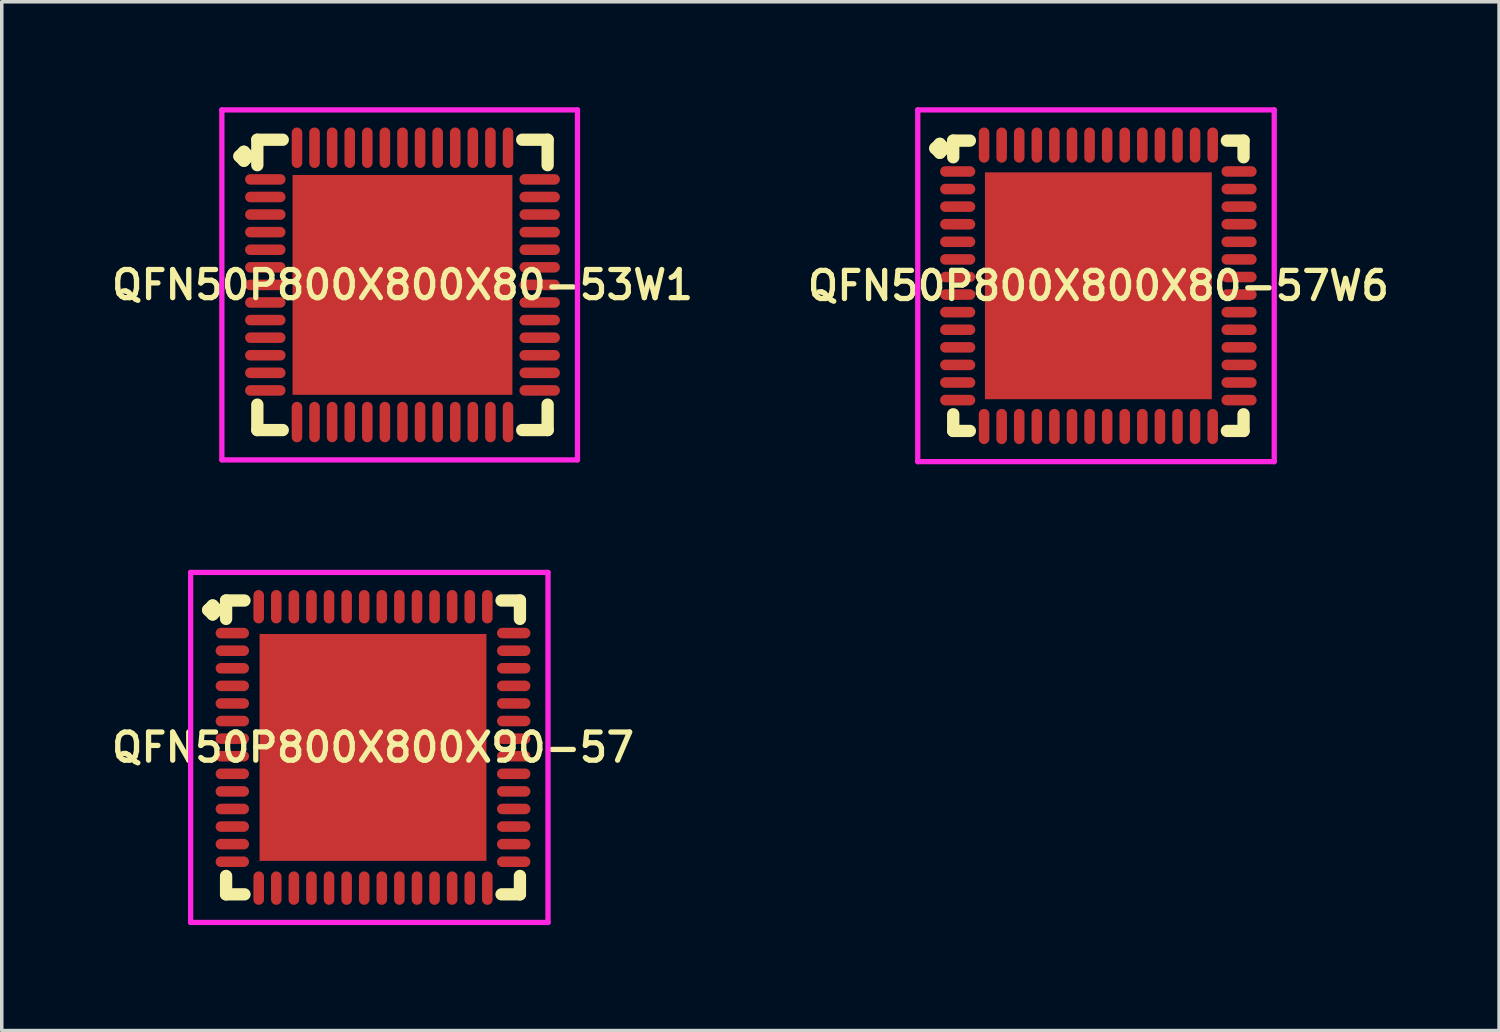
<source format=kicad_pcb>
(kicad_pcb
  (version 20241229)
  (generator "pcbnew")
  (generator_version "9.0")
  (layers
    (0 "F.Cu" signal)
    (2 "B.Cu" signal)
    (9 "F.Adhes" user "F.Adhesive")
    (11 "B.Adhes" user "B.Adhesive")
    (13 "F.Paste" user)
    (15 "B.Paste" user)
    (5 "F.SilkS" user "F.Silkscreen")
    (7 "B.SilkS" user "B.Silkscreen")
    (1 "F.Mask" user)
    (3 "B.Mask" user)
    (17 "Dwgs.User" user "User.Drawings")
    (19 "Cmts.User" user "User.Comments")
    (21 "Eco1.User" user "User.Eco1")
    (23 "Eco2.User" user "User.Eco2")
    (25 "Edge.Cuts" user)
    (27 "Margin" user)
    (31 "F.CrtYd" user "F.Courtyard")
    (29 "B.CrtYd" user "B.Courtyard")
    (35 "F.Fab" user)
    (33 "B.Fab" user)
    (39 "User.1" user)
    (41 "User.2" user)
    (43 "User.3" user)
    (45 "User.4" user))
  (footprint "QFN50P800X800X80-53W1"
    (layer "F.Cu")
    (at 8.393 5.05)
    (property "Reference" "QFN50P800X800X80-53W1" (at 0 0 0) (layer "F.SilkS") (effects (font (size 0.8 0.8) (thickness 0.15))))
    (attr smd)
    (fp_line (start -4.635 -3.658) (end -4.508 -3.785) (stroke (width 0.35) (type solid)) (layer "F.SilkS"))
    (fp_line (start -4.508 -3.785) (end -4.381 -3.658) (stroke (width 0.35) (type solid)) (layer "F.SilkS"))
    (fp_line (start -4.508 -3.531) (end -4.635 -3.658) (stroke (width 0.35) (type solid)) (layer "F.SilkS"))
    (fp_line (start -4.381 -3.658) (end -4.508 -3.531) (stroke (width 0.35) (type solid)) (layer "F.SilkS"))
    (fp_line (start -4.127 -4.127) (end -3.404 -4.127) (stroke (width 0.35) (type solid)) (layer "F.SilkS"))
    (fp_line (start -4.127 -3.404) (end -4.127 -4.127) (stroke (width 0.35) (type solid)) (layer "F.SilkS"))
    (fp_line (start -4.127 3.404) (end -4.127 4.127) (stroke (width 0.35) (type solid)) (layer "F.SilkS"))
    (fp_line (start -4.127 4.127) (end -3.404 4.127) (stroke (width 0.35) (type solid)) (layer "F.SilkS"))
    (fp_line (start 3.404 -4.127) (end 4.127 -4.127) (stroke (width 0.35) (type solid)) (layer "F.SilkS"))
    (fp_line (start 3.404 4.127) (end 4.127 4.127) (stroke (width 0.35) (type solid)) (layer "F.SilkS"))
    (fp_line (start 4.127 -4.127) (end 4.127 -3.404) (stroke (width 0.35) (type solid)) (layer "F.SilkS"))
    (fp_line (start 4.127 4.127) (end 4.127 3.404) (stroke (width 0.35) (type solid)) (layer "F.SilkS"))
    (fp_line (start -5.135 -4.975) (end 4.975 -4.975) (stroke (width 0.15) (type solid)) (layer "F.CrtYd"))
    (fp_line (start -5.135 4.975) (end -5.135 -4.975) (stroke (width 0.15) (type solid)) (layer "F.CrtYd"))
    (fp_line (start 4.975 -4.975) (end 4.975 4.975) (stroke (width 0.15) (type solid)) (layer "F.CrtYd"))
    (fp_line (start 4.975 4.975) (end -5.135 4.975) (stroke (width 0.15) (type solid)) (layer "F.CrtYd"))
    (pad "1" smd oval (at -3.9 -3) (size 1.15 0.3) (layers "F.Cu" "F.Mask" "F.Paste"))
    (pad "2" smd oval (at -3.9 -2.5) (size 1.15 0.3) (layers "F.Cu" "F.Mask" "F.Paste"))
    (pad "3" smd oval (at -3.9 -2) (size 1.15 0.3) (layers "F.Cu" "F.Mask" "F.Paste"))
    (pad "4" smd oval (at -3.9 -1.5) (size 1.15 0.3) (layers "F.Cu" "F.Mask" "F.Paste"))
    (pad "5" smd oval (at -3.9 -1) (size 1.15 0.3) (layers "F.Cu" "F.Mask" "F.Paste"))
    (pad "6" smd oval (at -3.9 -0.5) (size 1.15 0.3) (layers "F.Cu" "F.Mask" "F.Paste"))
    (pad "7" smd oval (at -3.9 0) (size 1.15 0.3) (layers "F.Cu" "F.Mask" "F.Paste"))
    (pad "8" smd oval (at -3.9 0.5) (size 1.15 0.3) (layers "F.Cu" "F.Mask" "F.Paste"))
    (pad "9" smd oval (at -3.9 1) (size 1.15 0.3) (layers "F.Cu" "F.Mask" "F.Paste"))
    (pad "10" smd oval (at -3.9 1.5) (size 1.15 0.3) (layers "F.Cu" "F.Mask" "F.Paste"))
    (pad "11" smd oval (at -3.9 2) (size 1.15 0.3) (layers "F.Cu" "F.Mask" "F.Paste"))
    (pad "12" smd oval (at -3.9 2.5) (size 1.15 0.3) (layers "F.Cu" "F.Mask" "F.Paste"))
    (pad "13" smd oval (at -3.9 3) (size 1.15 0.3) (layers "F.Cu" "F.Mask" "F.Paste"))
    (pad "14" smd oval (at -3 3.9) (size 0.3 1.15) (layers "F.Cu" "F.Mask" "F.Paste"))
    (pad "15" smd oval (at -2.5 3.9) (size 0.3 1.15) (layers "F.Cu" "F.Mask" "F.Paste"))
    (pad "16" smd oval (at -2 3.9) (size 0.3 1.15) (layers "F.Cu" "F.Mask" "F.Paste"))
    (pad "17" smd oval (at -1.5 3.9) (size 0.3 1.15) (layers "F.Cu" "F.Mask" "F.Paste"))
    (pad "18" smd oval (at -1 3.9) (size 0.3 1.15) (layers "F.Cu" "F.Mask" "F.Paste"))
    (pad "19" smd oval (at -0.5 3.9) (size 0.3 1.15) (layers "F.Cu" "F.Mask" "F.Paste"))
    (pad "20" smd oval (at 0 3.9) (size 0.3 1.15) (layers "F.Cu" "F.Mask" "F.Paste"))
    (pad "21" smd oval (at 0.5 3.9) (size 0.3 1.15) (layers "F.Cu" "F.Mask" "F.Paste"))
    (pad "22" smd oval (at 1 3.9) (size 0.3 1.15) (layers "F.Cu" "F.Mask" "F.Paste"))
    (pad "23" smd oval (at 1.5 3.9) (size 0.3 1.15) (layers "F.Cu" "F.Mask" "F.Paste"))
    (pad "24" smd oval (at 2 3.9) (size 0.3 1.15) (layers "F.Cu" "F.Mask" "F.Paste"))
    (pad "25" smd oval (at 2.5 3.9) (size 0.3 1.15) (layers "F.Cu" "F.Mask" "F.Paste"))
    (pad "26" smd oval (at 3 3.9) (size 0.3 1.15) (layers "F.Cu" "F.Mask" "F.Paste"))
    (pad "27" smd oval (at 3.9 3) (size 1.15 0.3) (layers "F.Cu" "F.Mask" "F.Paste"))
    (pad "28" smd oval (at 3.9 2.5) (size 1.15 0.3) (layers "F.Cu" "F.Mask" "F.Paste"))
    (pad "29" smd oval (at 3.9 2) (size 1.15 0.3) (layers "F.Cu" "F.Mask" "F.Paste"))
    (pad "30" smd oval (at 3.9 1.5) (size 1.15 0.3) (layers "F.Cu" "F.Mask" "F.Paste"))
    (pad "31" smd oval (at 3.9 1) (size 1.15 0.3) (layers "F.Cu" "F.Mask" "F.Paste"))
    (pad "32" smd oval (at 3.9 0.5) (size 1.15 0.3) (layers "F.Cu" "F.Mask" "F.Paste"))
    (pad "33" smd oval (at 3.9 0) (size 1.15 0.3) (layers "F.Cu" "F.Mask" "F.Paste"))
    (pad "34" smd oval (at 3.9 -0.5) (size 1.15 0.3) (layers "F.Cu" "F.Mask" "F.Paste"))
    (pad "35" smd oval (at 3.9 -1) (size 1.15 0.3) (layers "F.Cu" "F.Mask" "F.Paste"))
    (pad "36" smd oval (at 3.9 -1.5) (size 1.15 0.3) (layers "F.Cu" "F.Mask" "F.Paste"))
    (pad "37" smd oval (at 3.9 -2) (size 1.15 0.3) (layers "F.Cu" "F.Mask" "F.Paste"))
    (pad "38" smd oval (at 3.9 -2.5) (size 1.15 0.3) (layers "F.Cu" "F.Mask" "F.Paste"))
    (pad "39" smd oval (at 3.9 -3) (size 1.15 0.3) (layers "F.Cu" "F.Mask" "F.Paste"))
    (pad "40" smd oval (at 3 -3.9) (size 0.3 1.15) (layers "F.Cu" "F.Mask" "F.Paste"))
    (pad "41" smd oval (at 2.5 -3.9) (size 0.3 1.15) (layers "F.Cu" "F.Mask" "F.Paste"))
    (pad "42" smd oval (at 2 -3.9) (size 0.3 1.15) (layers "F.Cu" "F.Mask" "F.Paste"))
    (pad "43" smd oval (at 1.5 -3.9) (size 0.3 1.15) (layers "F.Cu" "F.Mask" "F.Paste"))
    (pad "44" smd oval (at 1 -3.9) (size 0.3 1.15) (layers "F.Cu" "F.Mask" "F.Paste"))
    (pad "45" smd oval (at 0.5 -3.9) (size 0.3 1.15) (layers "F.Cu" "F.Mask" "F.Paste"))
    (pad "46" smd oval (at 0 -3.9) (size 0.3 1.15) (layers "F.Cu" "F.Mask" "F.Paste"))
    (pad "47" smd oval (at -0.5 -3.9) (size 0.3 1.15) (layers "F.Cu" "F.Mask" "F.Paste"))
    (pad "48" smd oval (at -1 -3.9) (size 0.3 1.15) (layers "F.Cu" "F.Mask" "F.Paste"))
    (pad "49" smd oval (at -1.5 -3.9) (size 0.3 1.15) (layers "F.Cu" "F.Mask" "F.Paste"))
    (pad "50" smd oval (at -2 -3.9) (size 0.3 1.15) (layers "F.Cu" "F.Mask" "F.Paste"))
    (pad "51" smd oval (at -2.5 -3.9) (size 0.3 1.15) (layers "F.Cu" "F.Mask" "F.Paste"))
    (pad "52" smd oval (at -3 -3.9) (size 0.3 1.15) (layers "F.Cu" "F.Mask" "F.Paste"))
    (pad "53" smd rect (at 0 0) (size 6.25 6.25) (layers "F.Cu" "F.Mask" "F.Paste")))
  (footprint "QFN50P800X800X90-57"
    (layer "F.Cu")
    (at 7.555 18.2)
    (property "Reference" "QFN50P800X800X90-57" (at 0 0 0) (layer "F.SilkS") (effects (font (size 0.8 0.8) (thickness 0.15))))
    (attr smd)
    (fp_line (start -4.685 -3.908) (end -4.558 -4.035) (stroke (width 0.35) (type solid)) (layer "F.SilkS"))
    (fp_line (start -4.558 -4.035) (end -4.431 -3.908) (stroke (width 0.35) (type solid)) (layer "F.SilkS"))
    (fp_line (start -4.558 -3.781) (end -4.685 -3.908) (stroke (width 0.35) (type solid)) (layer "F.SilkS"))
    (fp_line (start -4.431 -3.908) (end -4.558 -3.781) (stroke (width 0.35) (type solid)) (layer "F.SilkS"))
    (fp_line (start -4.177 -4.177) (end -3.654 -4.177) (stroke (width 0.35) (type solid)) (layer "F.SilkS"))
    (fp_line (start -4.177 -3.654) (end -4.177 -4.177) (stroke (width 0.35) (type solid)) (layer "F.SilkS"))
    (fp_line (start -4.177 3.654) (end -4.177 4.177) (stroke (width 0.35) (type solid)) (layer "F.SilkS"))
    (fp_line (start -4.177 4.177) (end -3.654 4.177) (stroke (width 0.35) (type solid)) (layer "F.SilkS"))
    (fp_line (start 3.654 -4.177) (end 4.177 -4.177) (stroke (width 0.35) (type solid)) (layer "F.SilkS"))
    (fp_line (start 3.654 4.177) (end 4.177 4.177) (stroke (width 0.35) (type solid)) (layer "F.SilkS"))
    (fp_line (start 4.177 -4.177) (end 4.177 -3.654) (stroke (width 0.35) (type solid)) (layer "F.SilkS"))
    (fp_line (start 4.177 4.177) (end 4.177 3.654) (stroke (width 0.35) (type solid)) (layer "F.SilkS"))
    (fp_line (start -5.185 -4.975) (end 4.975 -4.975) (stroke (width 0.15) (type solid)) (layer "F.CrtYd"))
    (fp_line (start -5.185 4.975) (end -5.185 -4.975) (stroke (width 0.15) (type solid)) (layer "F.CrtYd"))
    (fp_line (start 4.975 -4.975) (end 4.975 4.975) (stroke (width 0.15) (type solid)) (layer "F.CrtYd"))
    (fp_line (start 4.975 4.975) (end -5.185 4.975) (stroke (width 0.15) (type solid)) (layer "F.CrtYd"))
    (pad "1" smd oval (at -4 -3.25) (size 0.95 0.3) (layers "F.Cu" "F.Mask" "F.Paste"))
    (pad "2" smd oval (at -4 -2.75) (size 0.95 0.3) (layers "F.Cu" "F.Mask" "F.Paste"))
    (pad "3" smd oval (at -4 -2.25) (size 0.95 0.3) (layers "F.Cu" "F.Mask" "F.Paste"))
    (pad "4" smd oval (at -4 -1.75) (size 0.95 0.3) (layers "F.Cu" "F.Mask" "F.Paste"))
    (pad "5" smd oval (at -4 -1.25) (size 0.95 0.3) (layers "F.Cu" "F.Mask" "F.Paste"))
    (pad "6" smd oval (at -4 -0.75) (size 0.95 0.3) (layers "F.Cu" "F.Mask" "F.Paste"))
    (pad "7" smd oval (at -4 -0.25) (size 0.95 0.3) (layers "F.Cu" "F.Mask" "F.Paste"))
    (pad "8" smd oval (at -4 0.25) (size 0.95 0.3) (layers "F.Cu" "F.Mask" "F.Paste"))
    (pad "9" smd oval (at -4 0.75) (size 0.95 0.3) (layers "F.Cu" "F.Mask" "F.Paste"))
    (pad "10" smd oval (at -4 1.25) (size 0.95 0.3) (layers "F.Cu" "F.Mask" "F.Paste"))
    (pad "11" smd oval (at -4 1.75) (size 0.95 0.3) (layers "F.Cu" "F.Mask" "F.Paste"))
    (pad "12" smd oval (at -4 2.25) (size 0.95 0.3) (layers "F.Cu" "F.Mask" "F.Paste"))
    (pad "13" smd oval (at -4 2.75) (size 0.95 0.3) (layers "F.Cu" "F.Mask" "F.Paste"))
    (pad "14" smd oval (at -4 3.25) (size 0.95 0.3) (layers "F.Cu" "F.Mask" "F.Paste"))
    (pad "15" smd oval (at -3.25 4) (size 0.3 0.95) (layers "F.Cu" "F.Mask" "F.Paste"))
    (pad "16" smd oval (at -2.75 4) (size 0.3 0.95) (layers "F.Cu" "F.Mask" "F.Paste"))
    (pad "17" smd oval (at -2.25 4) (size 0.3 0.95) (layers "F.Cu" "F.Mask" "F.Paste"))
    (pad "18" smd oval (at -1.75 4) (size 0.3 0.95) (layers "F.Cu" "F.Mask" "F.Paste"))
    (pad "19" smd oval (at -1.25 4) (size 0.3 0.95) (layers "F.Cu" "F.Mask" "F.Paste"))
    (pad "20" smd oval (at -0.75 4) (size 0.3 0.95) (layers "F.Cu" "F.Mask" "F.Paste"))
    (pad "21" smd oval (at -0.25 4) (size 0.3 0.95) (layers "F.Cu" "F.Mask" "F.Paste"))
    (pad "22" smd oval (at 0.25 4) (size 0.3 0.95) (layers "F.Cu" "F.Mask" "F.Paste"))
    (pad "23" smd oval (at 0.75 4) (size 0.3 0.95) (layers "F.Cu" "F.Mask" "F.Paste"))
    (pad "24" smd oval (at 1.25 4) (size 0.3 0.95) (layers "F.Cu" "F.Mask" "F.Paste"))
    (pad "25" smd oval (at 1.75 4) (size 0.3 0.95) (layers "F.Cu" "F.Mask" "F.Paste"))
    (pad "26" smd oval (at 2.25 4) (size 0.3 0.95) (layers "F.Cu" "F.Mask" "F.Paste"))
    (pad "27" smd oval (at 2.75 4) (size 0.3 0.95) (layers "F.Cu" "F.Mask" "F.Paste"))
    (pad "28" smd oval (at 3.25 4) (size 0.3 0.95) (layers "F.Cu" "F.Mask" "F.Paste"))
    (pad "29" smd oval (at 4 3.25) (size 0.95 0.3) (layers "F.Cu" "F.Mask" "F.Paste"))
    (pad "30" smd oval (at 4 2.75) (size 0.95 0.3) (layers "F.Cu" "F.Mask" "F.Paste"))
    (pad "31" smd oval (at 4 2.25) (size 0.95 0.3) (layers "F.Cu" "F.Mask" "F.Paste"))
    (pad "32" smd oval (at 4 1.75) (size 0.95 0.3) (layers "F.Cu" "F.Mask" "F.Paste"))
    (pad "33" smd oval (at 4 1.25) (size 0.95 0.3) (layers "F.Cu" "F.Mask" "F.Paste"))
    (pad "34" smd oval (at 4 0.75) (size 0.95 0.3) (layers "F.Cu" "F.Mask" "F.Paste"))
    (pad "35" smd oval (at 4 0.25) (size 0.95 0.3) (layers "F.Cu" "F.Mask" "F.Paste"))
    (pad "36" smd oval (at 4 -0.25) (size 0.95 0.3) (layers "F.Cu" "F.Mask" "F.Paste"))
    (pad "37" smd oval (at 4 -0.75) (size 0.95 0.3) (layers "F.Cu" "F.Mask" "F.Paste"))
    (pad "38" smd oval (at 4 -1.25) (size 0.95 0.3) (layers "F.Cu" "F.Mask" "F.Paste"))
    (pad "39" smd oval (at 4 -1.75) (size 0.95 0.3) (layers "F.Cu" "F.Mask" "F.Paste"))
    (pad "40" smd oval (at 4 -2.25) (size 0.95 0.3) (layers "F.Cu" "F.Mask" "F.Paste"))
    (pad "41" smd oval (at 4 -2.75) (size 0.95 0.3) (layers "F.Cu" "F.Mask" "F.Paste"))
    (pad "42" smd oval (at 4 -3.25) (size 0.95 0.3) (layers "F.Cu" "F.Mask" "F.Paste"))
    (pad "43" smd oval (at 3.25 -4) (size 0.3 0.95) (layers "F.Cu" "F.Mask" "F.Paste"))
    (pad "44" smd oval (at 2.75 -4) (size 0.3 0.95) (layers "F.Cu" "F.Mask" "F.Paste"))
    (pad "45" smd oval (at 2.25 -4) (size 0.3 0.95) (layers "F.Cu" "F.Mask" "F.Paste"))
    (pad "46" smd oval (at 1.75 -4) (size 0.3 0.95) (layers "F.Cu" "F.Mask" "F.Paste"))
    (pad "47" smd oval (at 1.25 -4) (size 0.3 0.95) (layers "F.Cu" "F.Mask" "F.Paste"))
    (pad "48" smd oval (at 0.75 -4) (size 0.3 0.95) (layers "F.Cu" "F.Mask" "F.Paste"))
    (pad "49" smd oval (at 0.25 -4) (size 0.3 0.95) (layers "F.Cu" "F.Mask" "F.Paste"))
    (pad "50" smd oval (at -0.25 -4) (size 0.3 0.95) (layers "F.Cu" "F.Mask" "F.Paste"))
    (pad "51" smd oval (at -0.75 -4) (size 0.3 0.95) (layers "F.Cu" "F.Mask" "F.Paste"))
    (pad "52" smd oval (at -1.25 -4) (size 0.3 0.95) (layers "F.Cu" "F.Mask" "F.Paste"))
    (pad "53" smd oval (at -1.75 -4) (size 0.3 0.95) (layers "F.Cu" "F.Mask" "F.Paste"))
    (pad "54" smd oval (at -2.25 -4) (size 0.3 0.95) (layers "F.Cu" "F.Mask" "F.Paste"))
    (pad "55" smd oval (at -2.75 -4) (size 0.3 0.95) (layers "F.Cu" "F.Mask" "F.Paste"))
    (pad "56" smd oval (at -3.25 -4) (size 0.3 0.95) (layers "F.Cu" "F.Mask" "F.Paste"))
    (pad "57" smd rect (at 0 0) (size 6.45 6.45) (layers "F.Cu" "F.Mask" "F.Paste")))
  (footprint "QFN50P800X800X80-57W6"
    (layer "F.Cu")
    (at 28.178 5.075)
    (property "Reference" "QFN50P800X800X80-57W6" (at 0 0 0) (layer "F.SilkS") (effects (font (size 0.8 0.8) (thickness 0.15))))
    (attr smd)
    (fp_line (start -4.635 -3.908) (end -4.508 -4.035) (stroke (width 0.35) (type solid)) (layer "F.SilkS"))
    (fp_line (start -4.508 -4.035) (end -4.381 -3.908) (stroke (width 0.35) (type solid)) (layer "F.SilkS"))
    (fp_line (start -4.508 -3.781) (end -4.635 -3.908) (stroke (width 0.35) (type solid)) (layer "F.SilkS"))
    (fp_line (start -4.381 -3.908) (end -4.508 -3.781) (stroke (width 0.35) (type solid)) (layer "F.SilkS"))
    (fp_line (start -4.127 -4.127) (end -3.654 -4.127) (stroke (width 0.35) (type solid)) (layer "F.SilkS"))
    (fp_line (start -4.127 -3.654) (end -4.127 -4.127) (stroke (width 0.35) (type solid)) (layer "F.SilkS"))
    (fp_line (start -4.127 3.654) (end -4.127 4.127) (stroke (width 0.35) (type solid)) (layer "F.SilkS"))
    (fp_line (start -4.127 4.127) (end -3.654 4.127) (stroke (width 0.35) (type solid)) (layer "F.SilkS"))
    (fp_line (start 3.654 -4.127) (end 4.127 -4.127) (stroke (width 0.35) (type solid)) (layer "F.SilkS"))
    (fp_line (start 3.654 4.127) (end 4.127 4.127) (stroke (width 0.35) (type solid)) (layer "F.SilkS"))
    (fp_line (start 4.127 -4.127) (end 4.127 -3.654) (stroke (width 0.35) (type solid)) (layer "F.SilkS"))
    (fp_line (start 4.127 4.127) (end 4.127 3.654) (stroke (width 0.35) (type solid)) (layer "F.SilkS"))
    (fp_line (start -5.135 -5) (end 5 -5) (stroke (width 0.15) (type solid)) (layer "F.CrtYd"))
    (fp_line (start -5.135 5) (end -5.135 -5) (stroke (width 0.15) (type solid)) (layer "F.CrtYd"))
    (fp_line (start 5 -5) (end 5 5) (stroke (width 0.15) (type solid)) (layer "F.CrtYd"))
    (fp_line (start 5 5) (end -5.135 5) (stroke (width 0.15) (type solid)) (layer "F.CrtYd"))
    (pad "1" smd oval (at -4 -3.25) (size 1 0.3) (layers "F.Cu" "F.Mask" "F.Paste"))
    (pad "2" smd oval (at -4 -2.75) (size 1 0.3) (layers "F.Cu" "F.Mask" "F.Paste"))
    (pad "3" smd oval (at -4 -2.25) (size 1 0.3) (layers "F.Cu" "F.Mask" "F.Paste"))
    (pad "4" smd oval (at -4 -1.75) (size 1 0.3) (layers "F.Cu" "F.Mask" "F.Paste"))
    (pad "5" smd oval (at -4 -1.25) (size 1 0.3) (layers "F.Cu" "F.Mask" "F.Paste"))
    (pad "6" smd oval (at -4 -0.75) (size 1 0.3) (layers "F.Cu" "F.Mask" "F.Paste"))
    (pad "7" smd oval (at -4 -0.25) (size 1 0.3) (layers "F.Cu" "F.Mask" "F.Paste"))
    (pad "8" smd oval (at -4 0.25) (size 1 0.3) (layers "F.Cu" "F.Mask" "F.Paste"))
    (pad "9" smd oval (at -4 0.75) (size 1 0.3) (layers "F.Cu" "F.Mask" "F.Paste"))
    (pad "10" smd oval (at -4 1.25) (size 1 0.3) (layers "F.Cu" "F.Mask" "F.Paste"))
    (pad "11" smd oval (at -4 1.75) (size 1 0.3) (layers "F.Cu" "F.Mask" "F.Paste"))
    (pad "12" smd oval (at -4 2.25) (size 1 0.3) (layers "F.Cu" "F.Mask" "F.Paste"))
    (pad "13" smd oval (at -4 2.75) (size 1 0.3) (layers "F.Cu" "F.Mask" "F.Paste"))
    (pad "14" smd oval (at -4 3.25) (size 1 0.3) (layers "F.Cu" "F.Mask" "F.Paste"))
    (pad "15" smd oval (at -3.25 4) (size 0.3 1) (layers "F.Cu" "F.Mask" "F.Paste"))
    (pad "16" smd oval (at -2.75 4) (size 0.3 1) (layers "F.Cu" "F.Mask" "F.Paste"))
    (pad "17" smd oval (at -2.25 4) (size 0.3 1) (layers "F.Cu" "F.Mask" "F.Paste"))
    (pad "18" smd oval (at -1.75 4) (size 0.3 1) (layers "F.Cu" "F.Mask" "F.Paste"))
    (pad "19" smd oval (at -1.25 4) (size 0.3 1) (layers "F.Cu" "F.Mask" "F.Paste"))
    (pad "20" smd oval (at -0.75 4) (size 0.3 1) (layers "F.Cu" "F.Mask" "F.Paste"))
    (pad "21" smd oval (at -0.25 4) (size 0.3 1) (layers "F.Cu" "F.Mask" "F.Paste"))
    (pad "22" smd oval (at 0.25 4) (size 0.3 1) (layers "F.Cu" "F.Mask" "F.Paste"))
    (pad "23" smd oval (at 0.75 4) (size 0.3 1) (layers "F.Cu" "F.Mask" "F.Paste"))
    (pad "24" smd oval (at 1.25 4) (size 0.3 1) (layers "F.Cu" "F.Mask" "F.Paste"))
    (pad "25" smd oval (at 1.75 4) (size 0.3 1) (layers "F.Cu" "F.Mask" "F.Paste"))
    (pad "26" smd oval (at 2.25 4) (size 0.3 1) (layers "F.Cu" "F.Mask" "F.Paste"))
    (pad "27" smd oval (at 2.75 4) (size 0.3 1) (layers "F.Cu" "F.Mask" "F.Paste"))
    (pad "28" smd oval (at 3.25 4) (size 0.3 1) (layers "F.Cu" "F.Mask" "F.Paste"))
    (pad "29" smd oval (at 4 3.25) (size 1 0.3) (layers "F.Cu" "F.Mask" "F.Paste"))
    (pad "30" smd oval (at 4 2.75) (size 1 0.3) (layers "F.Cu" "F.Mask" "F.Paste"))
    (pad "31" smd oval (at 4 2.25) (size 1 0.3) (layers "F.Cu" "F.Mask" "F.Paste"))
    (pad "32" smd oval (at 4 1.75) (size 1 0.3) (layers "F.Cu" "F.Mask" "F.Paste"))
    (pad "33" smd oval (at 4 1.25) (size 1 0.3) (layers "F.Cu" "F.Mask" "F.Paste"))
    (pad "34" smd oval (at 4 0.75) (size 1 0.3) (layers "F.Cu" "F.Mask" "F.Paste"))
    (pad "35" smd oval (at 4 0.25) (size 1 0.3) (layers "F.Cu" "F.Mask" "F.Paste"))
    (pad "36" smd oval (at 4 -0.25) (size 1 0.3) (layers "F.Cu" "F.Mask" "F.Paste"))
    (pad "37" smd oval (at 4 -0.75) (size 1 0.3) (layers "F.Cu" "F.Mask" "F.Paste"))
    (pad "38" smd oval (at 4 -1.25) (size 1 0.3) (layers "F.Cu" "F.Mask" "F.Paste"))
    (pad "39" smd oval (at 4 -1.75) (size 1 0.3) (layers "F.Cu" "F.Mask" "F.Paste"))
    (pad "40" smd oval (at 4 -2.25) (size 1 0.3) (layers "F.Cu" "F.Mask" "F.Paste"))
    (pad "41" smd oval (at 4 -2.75) (size 1 0.3) (layers "F.Cu" "F.Mask" "F.Paste"))
    (pad "42" smd oval (at 4 -3.25) (size 1 0.3) (layers "F.Cu" "F.Mask" "F.Paste"))
    (pad "43" smd oval (at 3.25 -4) (size 0.3 1) (layers "F.Cu" "F.Mask" "F.Paste"))
    (pad "44" smd oval (at 2.75 -4) (size 0.3 1) (layers "F.Cu" "F.Mask" "F.Paste"))
    (pad "45" smd oval (at 2.25 -4) (size 0.3 1) (layers "F.Cu" "F.Mask" "F.Paste"))
    (pad "46" smd oval (at 1.75 -4) (size 0.3 1) (layers "F.Cu" "F.Mask" "F.Paste"))
    (pad "47" smd oval (at 1.25 -4) (size 0.3 1) (layers "F.Cu" "F.Mask" "F.Paste"))
    (pad "48" smd oval (at 0.75 -4) (size 0.3 1) (layers "F.Cu" "F.Mask" "F.Paste"))
    (pad "49" smd oval (at 0.25 -4) (size 0.3 1) (layers "F.Cu" "F.Mask" "F.Paste"))
    (pad "50" smd oval (at -0.25 -4) (size 0.3 1) (layers "F.Cu" "F.Mask" "F.Paste"))
    (pad "51" smd oval (at -0.75 -4) (size 0.3 1) (layers "F.Cu" "F.Mask" "F.Paste"))
    (pad "52" smd oval (at -1.25 -4) (size 0.3 1) (layers "F.Cu" "F.Mask" "F.Paste"))
    (pad "53" smd oval (at -1.75 -4) (size 0.3 1) (layers "F.Cu" "F.Mask" "F.Paste"))
    (pad "54" smd oval (at -2.25 -4) (size 0.3 1) (layers "F.Cu" "F.Mask" "F.Paste"))
    (pad "55" smd oval (at -2.75 -4) (size 0.3 1) (layers "F.Cu" "F.Mask" "F.Paste"))
    (pad "56" smd oval (at -3.25 -4) (size 0.3 1) (layers "F.Cu" "F.Mask" "F.Paste"))
    (pad "57" smd rect (at 0 0) (size 6.45 6.45) (layers "F.Cu" "F.Mask" "F.Paste")))
  (gr_rect
    (start -3 -3)
    (end 39.57 26.25)
    (stroke (width 0.1) (type default))
    (fill no)
    (layer "Edge.Cuts")))
</source>
